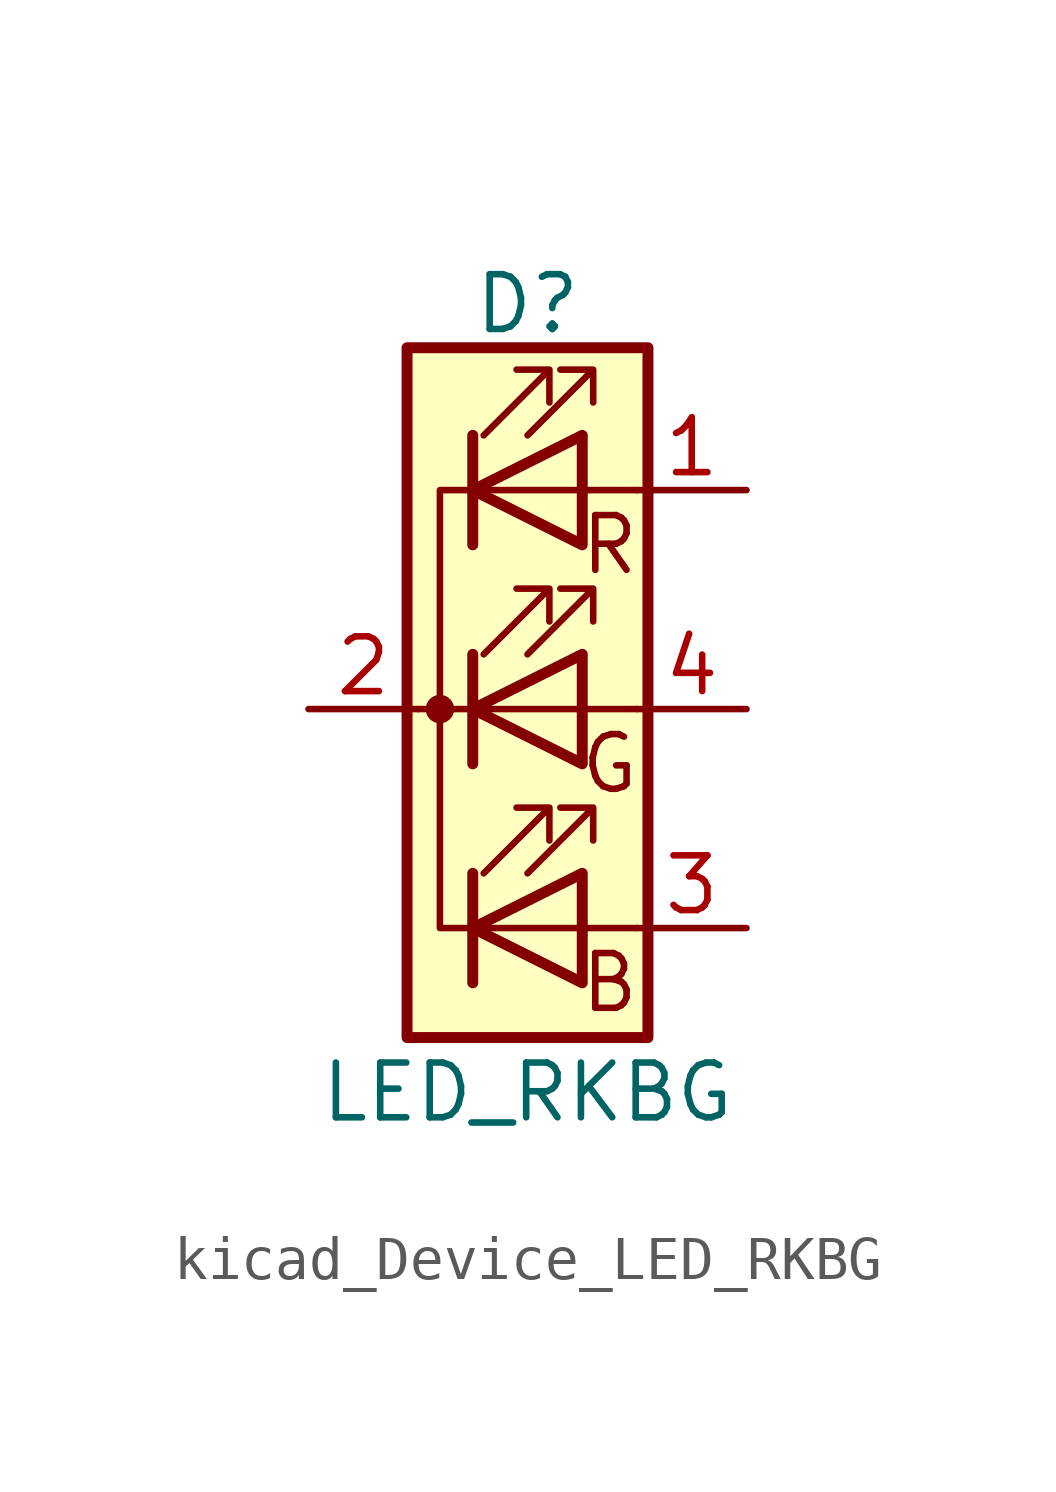
<source format=kicad_sym>
(kicad_symbol_lib
  (version 20220914)
  (generator kicad_symbol_editor)
  (symbol "kicad_Device_LED_RKBG"
    (pin_names
      (offset 0) hide)
    (property "Reference" "D"
      (at 0 9.398 0)
      (effects (font (size 1.27 1.27))))
    (property "Value" "LED_RKBG"
      (at 0 -8.89 0)
      (effects (font (size 1.27 1.27))))
    (symbol "kicad_Device_LED_RKBG_0_0"
      (text "B" (at 1.905 -6.35 0) (effects (font (size 1.27 1.27))))
      (text "G" (at 1.905 -1.27 0) (effects (font (size 1.27 1.27))))
      (text "R" (at 1.905 3.81 0) (effects (font (size 1.27 1.27)))))
    (symbol "kicad_Device_LED_RKBG_0_1"
      (circle (center -2.032 0) (radius 0.254) (stroke (width 0) (type default)) (fill (type outline)))
      (polyline (pts (xy -1.27 -5.08) (xy 1.27 -5.08)) (stroke (width 0) (type default)) (fill (type none)))
      (polyline (pts (xy -1.27 -3.81) (xy -1.27 -6.35)) (stroke (width 0.254) (type default)) (fill (type none)))
      (polyline (pts (xy -1.27 0) (xy -2.54 0)) (stroke (width 0) (type default)) (fill (type none)))
      (polyline (pts (xy -1.27 1.27) (xy -1.27 -1.27)) (stroke (width 0.254) (type default)) (fill (type none)))
      (polyline (pts (xy -1.27 5.08) (xy 1.27 5.08)) (stroke (width 0) (type default)) (fill (type none)))
      (polyline (pts (xy -1.27 6.35) (xy -1.27 3.81)) (stroke (width 0.254) (type default)) (fill (type none)))
      (polyline (pts (xy 1.27 -5.08) (xy 2.54 -5.08)) (stroke (width 0) (type default)) (fill (type none)))
      (polyline (pts (xy 1.27 0) (xy -1.27 0)) (stroke (width 0) (type default)) (fill (type none)))
      (polyline (pts (xy 1.27 0) (xy 2.54 0)) (stroke (width 0) (type default)) (fill (type none)))
      (polyline (pts (xy 1.27 5.08) (xy 2.54 5.08)) (stroke (width 0) (type default)) (fill (type none)))
      (polyline (pts (xy -1.27 1.27) (xy -1.27 -1.27) (xy -1.27 -1.27)) (stroke (width 0) (type default)) (fill (type none)))
      (polyline (pts (xy -1.27 6.35) (xy -1.27 3.81) (xy -1.27 3.81)) (stroke (width 0) (type default)) (fill (type none)))
      (polyline (pts (xy -1.27 5.08) (xy -2.032 5.08) (xy -2.032 -5.08) (xy -1.016 -5.08)) (stroke (width 0) (type default)) (fill (type none)))
      (polyline (pts (xy 1.27 -3.81) (xy 1.27 -6.35) (xy -1.27 -5.08) (xy 1.27 -3.81)) (stroke (width 0.254) (type default)) (fill (type none)))
      (polyline (pts (xy 1.27 1.27) (xy 1.27 -1.27) (xy -1.27 0) (xy 1.27 1.27)) (stroke (width 0.254) (type default)) (fill (type none)))
      (polyline (pts (xy 1.27 6.35) (xy 1.27 3.81) (xy -1.27 5.08) (xy 1.27 6.35)) (stroke (width 0.254) (type default)) (fill (type none)))
      (polyline (pts (xy -1.016 -3.81) (xy 0.508 -2.286) (xy -0.254 -2.286) (xy 0.508 -2.286) (xy 0.508 -3.048)) (stroke (width 0) (type default)) (fill (type none)))
      (polyline (pts (xy -1.016 1.27) (xy 0.508 2.794) (xy -0.254 2.794) (xy 0.508 2.794) (xy 0.508 2.032)) (stroke (width 0) (type default)) (fill (type none)))
      (polyline (pts (xy -1.016 6.35) (xy 0.508 7.874) (xy -0.254 7.874) (xy 0.508 7.874) (xy 0.508 7.112)) (stroke (width 0) (type default)) (fill (type none)))
      (polyline (pts (xy 0 -3.81) (xy 1.524 -2.286) (xy 0.762 -2.286) (xy 1.524 -2.286) (xy 1.524 -3.048)) (stroke (width 0) (type default)) (fill (type none)))
      (polyline (pts (xy 0 1.27) (xy 1.524 2.794) (xy 0.762 2.794) (xy 1.524 2.794) (xy 1.524 2.032)) (stroke (width 0) (type default)) (fill (type none)))
      (polyline (pts (xy 0 6.35) (xy 1.524 7.874) (xy 0.762 7.874) (xy 1.524 7.874) (xy 1.524 7.112)) (stroke (width 0) (type default)) (fill (type none)))
      (rectangle (start 1.27 -1.27) (end 1.27 1.27) (stroke (width 0) (type default)) (fill (type none)))
      (rectangle (start 1.27 1.27) (end 1.27 1.27) (stroke (width 0) (type default)) (fill (type none)))
      (rectangle (start 1.27 3.81) (end 1.27 6.35) (stroke (width 0) (type default)) (fill (type none)))
      (rectangle (start 1.27 6.35) (end 1.27 6.35) (stroke (width 0) (type default)) (fill (type none)))
      (rectangle (start 2.794 8.382) (end -2.794 -7.62) (stroke (width 0.254) (type default)) (fill (type background))))
    (symbol "kicad_Device_LED_RKBG_1_1"
      (pin passive line (at 5.08 5.08 180) (length 2.54) (name "RA" (effects (font (size 1.27 1.27)))) (number "1" (effects (font (size 1.27 1.27)))))
      (pin passive line (at -5.08 0 0) (length 2.54) (name "K" (effects (font (size 1.27 1.27)))) (number "2" (effects (font (size 1.27 1.27)))))
      (pin passive line (at 5.08 -5.08 180) (length 2.54) (name "BA" (effects (font (size 1.27 1.27)))) (number "3" (effects (font (size 1.27 1.27)))))
      (pin passive line (at 5.08 0 180) (length 2.54) (name "GA" (effects (font (size 1.27 1.27)))) (number "4" (effects (font (size 1.27 1.27))))))))
</source>
